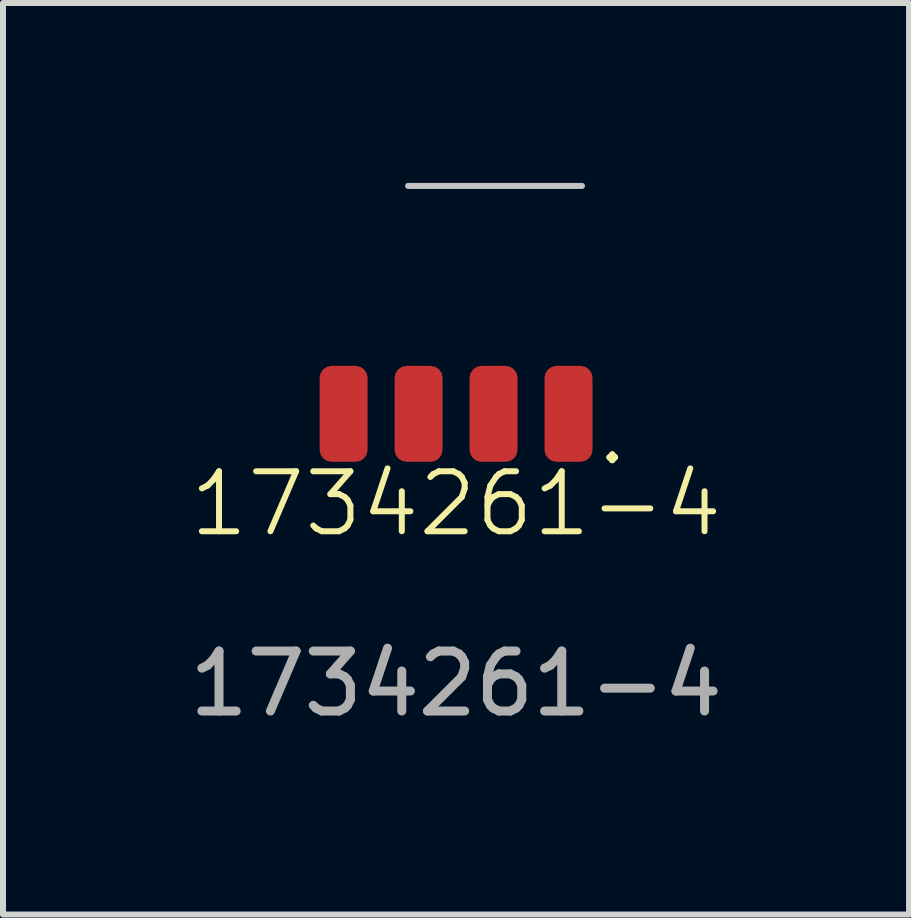
<source format=kicad_pcb>
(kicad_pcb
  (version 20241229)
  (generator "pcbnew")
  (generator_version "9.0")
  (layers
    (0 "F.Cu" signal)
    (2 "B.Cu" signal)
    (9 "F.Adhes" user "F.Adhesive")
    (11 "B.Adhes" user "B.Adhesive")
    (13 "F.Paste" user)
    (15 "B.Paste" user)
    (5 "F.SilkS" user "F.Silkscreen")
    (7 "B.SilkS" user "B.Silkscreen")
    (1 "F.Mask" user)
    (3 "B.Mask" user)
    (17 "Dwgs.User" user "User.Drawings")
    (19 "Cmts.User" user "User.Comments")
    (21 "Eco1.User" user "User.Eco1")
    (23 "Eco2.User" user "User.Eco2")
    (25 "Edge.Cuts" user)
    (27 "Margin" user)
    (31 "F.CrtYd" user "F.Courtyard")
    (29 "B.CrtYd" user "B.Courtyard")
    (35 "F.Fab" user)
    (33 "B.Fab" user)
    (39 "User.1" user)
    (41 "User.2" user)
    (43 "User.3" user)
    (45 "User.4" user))
  (footprint "1734261-4"
    (layer "F.Cu")
    (at 4.554 3.85)
    (property "Reference" "1734261-4" (at 0 1.5 0) (unlocked yes) (layer "F.SilkS") (effects (font (size 1 1) (thickness 0.1))))
    (attr smd)
    (fp_line (start 2.1 -3.8) (end -0.8 -3.8) (stroke (width 0.1) (type default)) (layer "Dwgs.User"))
    (fp_text user "." (at 2.3 0.9 0) (unlocked yes) (layer "F.SilkS") (effects (font (size 1 1) (thickness 0.1)) (justify left bottom)))
    (fp_text user "${REFERENCE}" (at 0 4.5 0) (unlocked yes) (layer "F.Fab") (effects (font (size 1 1) (thickness 0.15))))
    (pad "1" smd roundrect (at 1.875 0) (size 0.8 1.6) (layers "F.Cu" "F.Mask" "F.Paste") (roundrect_rratio 0.25))
    (pad "2" smd roundrect (at 0.625 0) (size 0.8 1.6) (layers "F.Cu" "F.Mask" "F.Paste") (roundrect_rratio 0.25))
    (pad "3" smd roundrect (at -0.625 0) (size 0.8 1.6) (layers "F.Cu" "F.Mask" "F.Paste") (roundrect_rratio 0.25))
    (pad "4" smd roundrect (at -1.875 0) (size 0.8 1.6) (layers "F.Cu" "F.Mask" "F.Paste") (roundrect_rratio 0.25)))
  (gr_rect
    (start -3 -3)
    (end 12.107 12.198)
    (stroke (width 0.1) (type default))
    (fill no)
    (layer "Edge.Cuts")))
</source>
